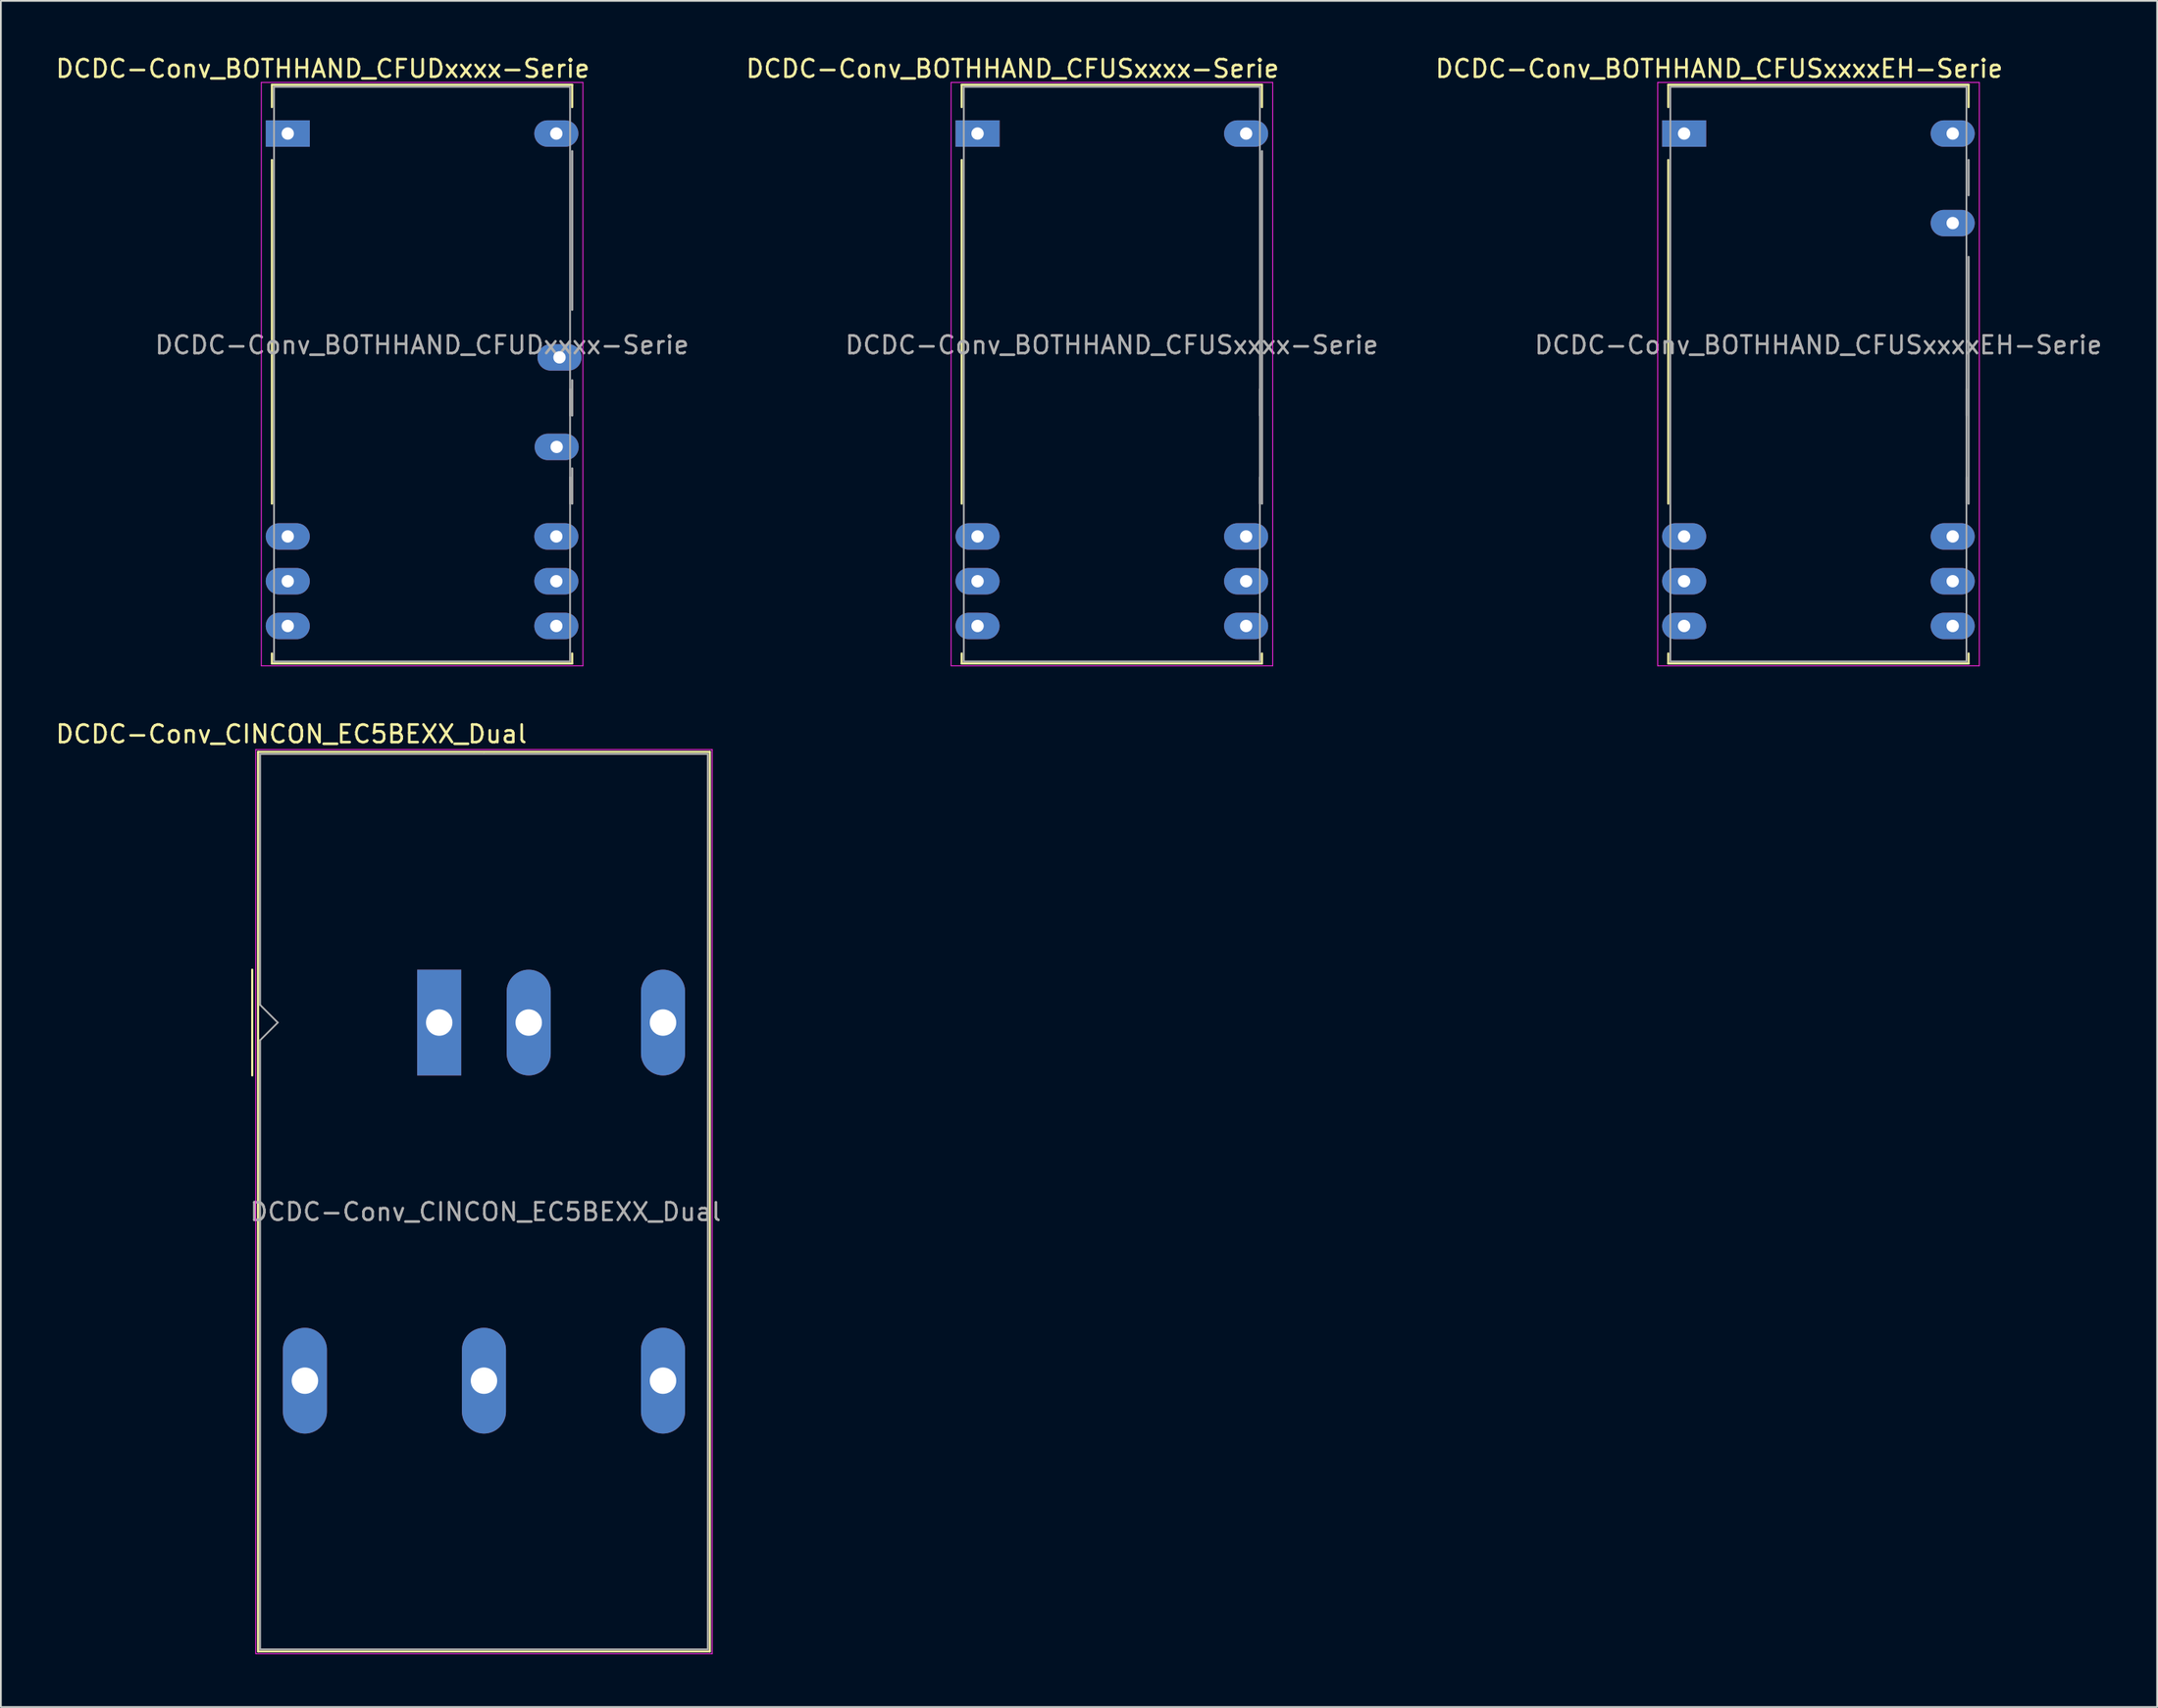
<source format=kicad_pcb>
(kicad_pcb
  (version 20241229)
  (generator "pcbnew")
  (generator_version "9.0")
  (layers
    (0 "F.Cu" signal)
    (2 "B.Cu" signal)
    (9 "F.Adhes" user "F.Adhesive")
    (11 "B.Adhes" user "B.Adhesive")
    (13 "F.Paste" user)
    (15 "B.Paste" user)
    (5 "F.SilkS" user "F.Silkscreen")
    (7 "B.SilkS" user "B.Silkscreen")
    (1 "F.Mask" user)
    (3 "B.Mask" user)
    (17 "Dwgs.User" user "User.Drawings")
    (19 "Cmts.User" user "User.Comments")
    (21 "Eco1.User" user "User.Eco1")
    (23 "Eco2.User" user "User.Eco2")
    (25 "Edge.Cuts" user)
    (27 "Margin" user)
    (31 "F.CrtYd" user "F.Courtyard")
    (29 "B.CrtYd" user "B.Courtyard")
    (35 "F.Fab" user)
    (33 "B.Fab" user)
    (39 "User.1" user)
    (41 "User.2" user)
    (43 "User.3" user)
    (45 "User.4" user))
  (footprint "DCDC-Conv_BOTHHAND_CFUDxxxx-Serie"
    (layer "F.Cu")
    (at 13.278 4.528)
    (property "Reference" "DCDC-Conv_BOTHHAND_CFUDxxxx-Serie" (at 1.99 -3.68 0) (layer "F.SilkS") (effects (font (size 1 1) (thickness 0.15))))
    (attr through_hole)
    (fp_line (start -0.9 -2.77) (end 16.14 -2.77) (stroke (width 0.12) (type solid)) (layer "F.SilkS"))
    (fp_line (start -0.9 -1.5) (end -0.9 -2.77) (stroke (width 0.12) (type solid)) (layer "F.SilkS"))
    (fp_line (start -0.9 1.5) (end -0.9 21) (stroke (width 0.12) (type solid)) (layer "F.SilkS"))
    (fp_line (start -0.9 29.5) (end -0.9 30.07) (stroke (width 0.12) (type solid)) (layer "F.SilkS"))
    (fp_line (start -0.9 30.07) (end 16.14 30.07) (stroke (width 0.12) (type solid)) (layer "F.SilkS"))
    (fp_line (start 16.14 -2.77) (end 16.14 -1.5) (stroke (width 0.12) (type solid)) (layer "F.SilkS"))
    (fp_line (start 16.14 30.07) (end 16.14 29.5) (stroke (width 0.12) (type solid)) (layer "F.SilkS"))
    (fp_line (start -1.5 -2.9) (end -1.5 30.2) (stroke (width 0.05) (type solid)) (layer "F.CrtYd"))
    (fp_line (start -1.5 -2.9) (end 16.75 -2.9) (stroke (width 0.05) (type solid)) (layer "F.CrtYd"))
    (fp_line (start -1.5 30.2) (end 16.75 30.2) (stroke (width 0.05) (type solid)) (layer "F.CrtYd"))
    (fp_line (start 16.75 -2.9) (end 16.75 30.2) (stroke (width 0.05) (type solid)) (layer "F.CrtYd"))
    (fp_line (start -0.78 -2.65) (end 16.02 -2.65) (stroke (width 0.1) (type solid)) (layer "F.Fab"))
    (fp_line (start -0.78 29.95) (end -0.78 -2.65) (stroke (width 0.1) (type solid)) (layer "F.Fab"))
    (fp_line (start 16.02 -2.65) (end 16.02 29.95) (stroke (width 0.1) (type solid)) (layer "F.Fab"))
    (fp_line (start 16.02 14.5) (end 16.02 16) (stroke (width 0.1) (type solid)) (layer "F.Fab"))
    (fp_line (start 16.02 19.5) (end 16.02 21) (stroke (width 0.1) (type solid)) (layer "F.Fab"))
    (fp_line (start 16.02 29.95) (end -0.78 29.95) (stroke (width 0.1) (type solid)) (layer "F.Fab"))
    (fp_line (start 16.14 1) (end 16.14 10) (stroke (width 0.12) (type solid)) (layer "F.Fab"))
    (fp_line (start 16.14 14) (end 16.14 16) (stroke (width 0.12) (type solid)) (layer "F.Fab"))
    (fp_line (start 16.14 19) (end 16.14 21) (stroke (width 0.12) (type solid)) (layer "F.Fab"))
    (fp_text user "${REFERENCE}" (at 7.62 12 0) (layer "F.Fab") (effects (font (size 1 1) (thickness 0.15))))
    (pad "1" thru_hole rect (at 0 0) (size 2.5 1.5) (drill 0.7) (layers "*.Cu" "*.Mask"))
    (pad "10" thru_hole oval (at 0 22.86) (size 2.5 1.5) (drill 0.7) (layers "*.Cu" "*.Mask"))
    (pad "11" thru_hole oval (at 0 25.4) (size 2.5 1.5) (drill 0.7) (layers "*.Cu" "*.Mask"))
    (pad "12" thru_hole oval (at 0 27.94) (size 2.5 1.5) (drill 0.7) (layers "*.Cu" "*.Mask"))
    (pad "13" thru_hole oval (at 15.24 27.94) (size 2.5 1.5) (drill 0.7) (layers "*.Cu" "*.Mask"))
    (pad "14" thru_hole oval (at 15.24 25.4) (size 2.5 1.5) (drill 0.7) (layers "*.Cu" "*.Mask"))
    (pad "15" thru_hole oval (at 15.24 22.86) (size 2.5 1.5) (drill 0.7) (layers "*.Cu" "*.Mask"))
    (pad "17" thru_hole oval (at 15.26 17.78) (size 2.5 1.5) (drill 0.7) (layers "*.Cu" "*.Mask"))
    (pad "19" thru_hole oval (at 15.42 12.7) (size 2.5 1.5) (drill 0.7) (layers "*.Cu" "*.Mask"))
    (pad "24" thru_hole oval (at 15.24 0) (size 2.5 1.5) (drill 0.7) (layers "*.Cu" "*.Mask")))
  (footprint "DCDC-Conv_BOTHHAND_CFUSxxxx-Serie"
    (layer "F.Cu")
    (at 52.42 4.528)
    (property "Reference" "DCDC-Conv_BOTHHAND_CFUSxxxx-Serie" (at 1.99 -3.68 0) (layer "F.SilkS") (effects (font (size 1 1) (thickness 0.15))))
    (attr through_hole)
    (fp_line (start -0.9 -2.77) (end 16.14 -2.77) (stroke (width 0.12) (type solid)) (layer "F.SilkS"))
    (fp_line (start -0.9 -1.5) (end -0.9 -2.77) (stroke (width 0.12) (type solid)) (layer "F.SilkS"))
    (fp_line (start -0.9 1.5) (end -0.9 21) (stroke (width 0.12) (type solid)) (layer "F.SilkS"))
    (fp_line (start -0.9 29.5) (end -0.9 30.07) (stroke (width 0.12) (type solid)) (layer "F.SilkS"))
    (fp_line (start -0.9 30.07) (end 16.14 30.07) (stroke (width 0.12) (type solid)) (layer "F.SilkS"))
    (fp_line (start 16.14 -2.77) (end 16.14 -1.5) (stroke (width 0.12) (type solid)) (layer "F.SilkS"))
    (fp_line (start 16.14 30.07) (end 16.14 29.5) (stroke (width 0.12) (type solid)) (layer "F.SilkS"))
    (fp_line (start -1.5 -2.9) (end -1.5 30.2) (stroke (width 0.05) (type solid)) (layer "F.CrtYd"))
    (fp_line (start -1.5 -2.9) (end 16.75 -2.9) (stroke (width 0.05) (type solid)) (layer "F.CrtYd"))
    (fp_line (start -1.5 30.2) (end 16.75 30.2) (stroke (width 0.05) (type solid)) (layer "F.CrtYd"))
    (fp_line (start 16.75 -2.9) (end 16.75 30.2) (stroke (width 0.05) (type solid)) (layer "F.CrtYd"))
    (fp_line (start -0.78 -2.65) (end 16.02 -2.65) (stroke (width 0.1) (type solid)) (layer "F.Fab"))
    (fp_line (start -0.78 29.95) (end -0.78 -2.65) (stroke (width 0.1) (type solid)) (layer "F.Fab"))
    (fp_line (start 16.02 -2.65) (end 16.02 29.95) (stroke (width 0.1) (type solid)) (layer "F.Fab"))
    (fp_line (start 16.02 14.5) (end 16.02 16) (stroke (width 0.1) (type solid)) (layer "F.Fab"))
    (fp_line (start 16.02 19.5) (end 16.02 21) (stroke (width 0.1) (type solid)) (layer "F.Fab"))
    (fp_line (start 16.02 29.95) (end -0.78 29.95) (stroke (width 0.1) (type solid)) (layer "F.Fab"))
    (fp_line (start 16.14 1) (end 16.14 21) (stroke (width 0.12) (type solid)) (layer "F.Fab"))
    (fp_text user "${REFERENCE}" (at 7.62 12 0) (layer "F.Fab") (effects (font (size 1 1) (thickness 0.15))))
    (pad "1" thru_hole rect (at 0 0) (size 2.5 1.5) (drill 0.7) (layers "*.Cu" "*.Mask"))
    (pad "10" thru_hole oval (at 0 22.86) (size 2.5 1.5) (drill 0.7) (layers "*.Cu" "*.Mask"))
    (pad "11" thru_hole oval (at 0 25.4) (size 2.5 1.5) (drill 0.7) (layers "*.Cu" "*.Mask"))
    (pad "12" thru_hole oval (at 0 27.94) (size 2.5 1.5) (drill 0.7) (layers "*.Cu" "*.Mask"))
    (pad "13" thru_hole oval (at 15.24 27.94) (size 2.5 1.5) (drill 0.7) (layers "*.Cu" "*.Mask"))
    (pad "14" thru_hole oval (at 15.24 25.4) (size 2.5 1.5) (drill 0.7) (layers "*.Cu" "*.Mask"))
    (pad "15" thru_hole oval (at 15.24 22.86) (size 2.5 1.5) (drill 0.7) (layers "*.Cu" "*.Mask"))
    (pad "24" thru_hole oval (at 15.24 0) (size 2.5 1.5) (drill 0.7) (layers "*.Cu" "*.Mask")))
  (footprint "DCDC-Conv_CINCON_EC5BEXX_Dual"
    (layer "F.Cu")
    (at 21.872 54.971)
    (property "Reference" "DCDC-Conv_CINCON_EC5BEXX_Dual" (at -8.39 -16.37 180) (layer "F.SilkS") (effects (font (size 1 1) (thickness 0.15))))
    (attr through_hole)
    (fp_line (start -10.61 -3) (end -10.61 3) (stroke (width 0.12) (type solid)) (layer "F.SilkS"))
    (fp_line (start -10.28 -15.36) (end 15.36 -15.36) (stroke (width 0.12) (type solid)) (layer "F.SilkS"))
    (fp_line (start -10.28 35.68) (end -10.28 -15.36) (stroke (width 0.12) (type solid)) (layer "F.SilkS"))
    (fp_line (start 15.36 -15.36) (end 15.36 35.68) (stroke (width 0.12) (type solid)) (layer "F.SilkS"))
    (fp_line (start 15.36 35.68) (end -10.28 35.68) (stroke (width 0.12) (type solid)) (layer "F.SilkS"))
    (fp_line (start -10.41 -15.49) (end 15.49 -15.49) (stroke (width 0.05) (type solid)) (layer "F.CrtYd"))
    (fp_line (start -10.41 35.8) (end -10.41 -15.49) (stroke (width 0.05) (type solid)) (layer "F.CrtYd"))
    (fp_line (start -10.41 35.81) (end 15.49 35.81) (stroke (width 0.05) (type solid)) (layer "F.CrtYd"))
    (fp_line (start 15.49 35.81) (end 15.49 -15.49) (stroke (width 0.05) (type solid)) (layer "F.CrtYd"))
    (fp_line (start -10.16 -1) (end -10.16 -15.24) (stroke (width 0.1) (type solid)) (layer "F.Fab"))
    (fp_line (start -10.16 1) (end -10.16 35.56) (stroke (width 0.1) (type solid)) (layer "F.Fab"))
    (fp_line (start -10.16 1) (end -9.16 0) (stroke (width 0.1) (type solid)) (layer "F.Fab"))
    (fp_line (start -10.16 35.56) (end 15.24 35.56) (stroke (width 0.1) (type solid)) (layer "F.Fab"))
    (fp_line (start -9.16 0) (end -10.16 -1) (stroke (width 0.1) (type solid)) (layer "F.Fab"))
    (fp_line (start 2.54 -15.24) (end -10.16 -15.24) (stroke (width 0.1) (type solid)) (layer "F.Fab"))
    (fp_line (start 15.24 -15.24) (end 2.54 -15.24) (stroke (width 0.1) (type solid)) (layer "F.Fab"))
    (fp_line (start 15.24 35.56) (end 15.24 -15.24) (stroke (width 0.1) (type solid)) (layer "F.Fab"))
    (fp_text user "${REFERENCE}" (at 2.63 10.74 0) (layer "F.Fab") (effects (font (size 1 1) (thickness 0.15))))
    (pad "1" thru_hole rect (at 0 0 90) (size 6 2.5) (drill 1.5) (layers "*.Cu" "*.Mask"))
    (pad "2" thru_hole oval (at 5.08 0 90) (size 6 2.5) (drill 1.5) (layers "*.Cu" "*.Mask"))
    (pad "3" thru_hole oval (at -7.62 20.32 90) (size 6 2.5) (drill 1.5) (layers "*.Cu" "*.Mask"))
    (pad "4" thru_hole oval (at 2.54 20.32 90) (size 6 2.5) (drill 1.5) (layers "*.Cu" "*.Mask"))
    (pad "5" thru_hole oval (at 12.7 20.32 90) (size 6 2.5) (drill 1.5) (layers "*.Cu" "*.Mask"))
    (pad "6" thru_hole oval (at 12.7 0 90) (size 6 2.5) (drill 1.5) (layers "*.Cu" "*.Mask")))
  (footprint "DCDC-Conv_BOTHHAND_CFUSxxxxEH-Serie"
    (layer "F.Cu")
    (at 92.514 4.528)
    (property "Reference" "DCDC-Conv_BOTHHAND_CFUSxxxxEH-Serie" (at 1.99 -3.68 0) (layer "F.SilkS") (effects (font (size 1 1) (thickness 0.15))))
    (attr through_hole)
    (fp_line (start -0.9 -2.77) (end 16.14 -2.77) (stroke (width 0.12) (type solid)) (layer "F.SilkS"))
    (fp_line (start -0.9 -1.5) (end -0.9 -2.77) (stroke (width 0.12) (type solid)) (layer "F.SilkS"))
    (fp_line (start -0.9 1.5) (end -0.9 21) (stroke (width 0.12) (type solid)) (layer "F.SilkS"))
    (fp_line (start -0.9 29.5) (end -0.9 30.07) (stroke (width 0.12) (type solid)) (layer "F.SilkS"))
    (fp_line (start -0.9 30.07) (end 16.14 30.07) (stroke (width 0.12) (type solid)) (layer "F.SilkS"))
    (fp_line (start 16.14 -2.77) (end 16.14 -1.5) (stroke (width 0.12) (type solid)) (layer "F.SilkS"))
    (fp_line (start 16.14 30.07) (end 16.14 29.5) (stroke (width 0.12) (type solid)) (layer "F.SilkS"))
    (fp_line (start -1.5 -2.9) (end -1.5 30.2) (stroke (width 0.05) (type solid)) (layer "F.CrtYd"))
    (fp_line (start -1.5 -2.9) (end 16.75 -2.9) (stroke (width 0.05) (type solid)) (layer "F.CrtYd"))
    (fp_line (start -1.5 30.2) (end 16.75 30.2) (stroke (width 0.05) (type solid)) (layer "F.CrtYd"))
    (fp_line (start 16.75 -2.9) (end 16.75 30.2) (stroke (width 0.05) (type solid)) (layer "F.CrtYd"))
    (fp_line (start -0.78 -2.65) (end 16.02 -2.65) (stroke (width 0.1) (type solid)) (layer "F.Fab"))
    (fp_line (start -0.78 29.95) (end -0.78 -2.65) (stroke (width 0.1) (type solid)) (layer "F.Fab"))
    (fp_line (start 16.02 -2.65) (end 16.02 29.95) (stroke (width 0.1) (type solid)) (layer "F.Fab"))
    (fp_line (start 16.02 14.5) (end 16.02 16) (stroke (width 0.1) (type solid)) (layer "F.Fab"))
    (fp_line (start 16.02 19.5) (end 16.02 21) (stroke (width 0.1) (type solid)) (layer "F.Fab"))
    (fp_line (start 16.02 29.95) (end -0.78 29.95) (stroke (width 0.1) (type solid)) (layer "F.Fab"))
    (fp_line (start 16.14 1.5) (end 16.14 3.5) (stroke (width 0.12) (type solid)) (layer "F.Fab"))
    (fp_line (start 16.14 7) (end 16.14 21) (stroke (width 0.12) (type solid)) (layer "F.Fab"))
    (fp_text user "${REFERENCE}" (at 7.62 12 0) (layer "F.Fab") (effects (font (size 1 1) (thickness 0.15))))
    (pad "1" thru_hole rect (at 0 0) (size 2.5 1.5) (drill 0.7) (layers "*.Cu" "*.Mask"))
    (pad "10" thru_hole oval (at 0 22.86) (size 2.5 1.5) (drill 0.7) (layers "*.Cu" "*.Mask"))
    (pad "11" thru_hole oval (at 0 25.4) (size 2.5 1.5) (drill 0.7) (layers "*.Cu" "*.Mask"))
    (pad "12" thru_hole oval (at 0 27.94) (size 2.5 1.5) (drill 0.7) (layers "*.Cu" "*.Mask"))
    (pad "13" thru_hole oval (at 15.24 27.94) (size 2.5 1.5) (drill 0.7) (layers "*.Cu" "*.Mask"))
    (pad "14" thru_hole oval (at 15.24 25.4) (size 2.5 1.5) (drill 0.7) (layers "*.Cu" "*.Mask"))
    (pad "15" thru_hole oval (at 15.24 22.86) (size 2.5 1.5) (drill 0.7) (layers "*.Cu" "*.Mask"))
    (pad "22" thru_hole oval (at 15.24 5.08) (size 2.5 1.5) (drill 0.7) (layers "*.Cu" "*.Mask"))
    (pad "24" thru_hole oval (at 15.24 0) (size 2.5 1.5) (drill 0.7) (layers "*.Cu" "*.Mask")))
  (gr_rect
    (start -3 -3)
    (end 119.354 93.806)
    (stroke (width 0.1) (type default))
    (fill no)
    (layer "Edge.Cuts")))
</source>
